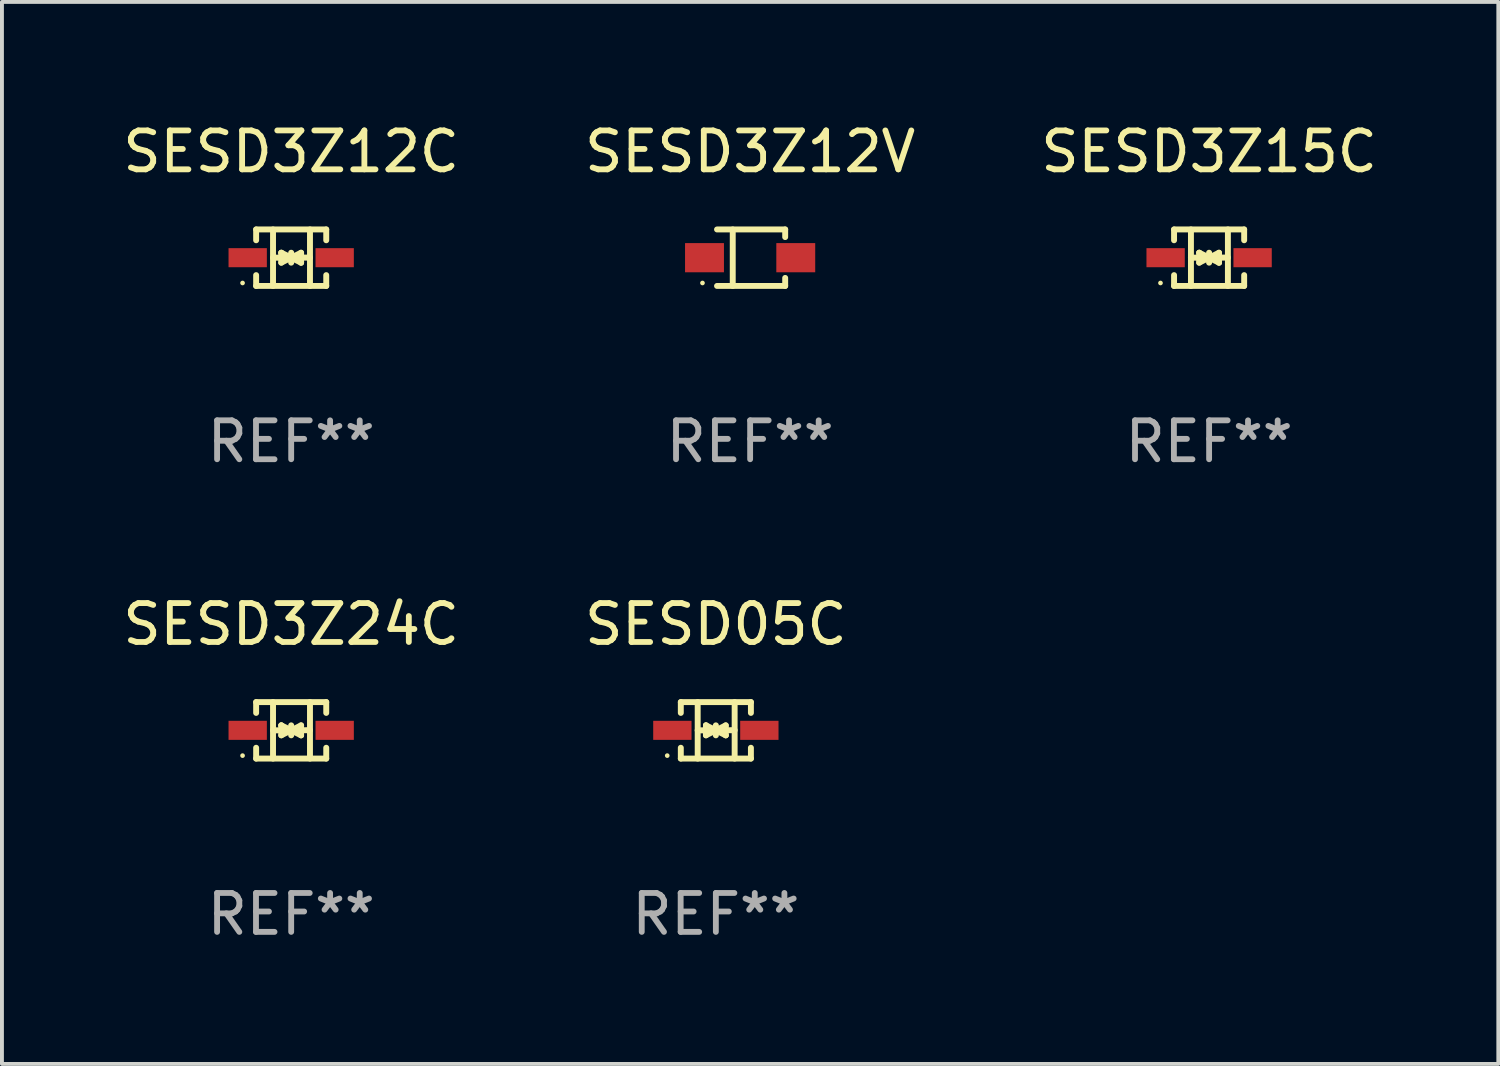
<source format=kicad_pcb>
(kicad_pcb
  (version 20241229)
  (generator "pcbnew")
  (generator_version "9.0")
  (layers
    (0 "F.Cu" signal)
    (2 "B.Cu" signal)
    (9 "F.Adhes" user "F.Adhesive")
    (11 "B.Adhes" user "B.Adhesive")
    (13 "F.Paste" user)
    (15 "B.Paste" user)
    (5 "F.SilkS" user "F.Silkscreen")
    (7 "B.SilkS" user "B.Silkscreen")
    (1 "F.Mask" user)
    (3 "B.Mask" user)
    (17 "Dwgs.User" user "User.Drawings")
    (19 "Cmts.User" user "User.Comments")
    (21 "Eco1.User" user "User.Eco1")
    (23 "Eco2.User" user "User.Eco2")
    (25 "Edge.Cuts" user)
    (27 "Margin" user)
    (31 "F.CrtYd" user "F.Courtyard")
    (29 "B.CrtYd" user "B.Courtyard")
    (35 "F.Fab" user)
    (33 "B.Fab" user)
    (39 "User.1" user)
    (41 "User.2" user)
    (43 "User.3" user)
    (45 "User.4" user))
  (footprint "SESD05C"
    (layer "F.Cu")
    (at 15.351 15.723)
    (property "Reference" "SESD05C" (at 0 -2.726 0) (layer "F.SilkS") (effects (font (size 1 1) (thickness 0.15))))
    (attr through_hole)
    (fp_line (start -0.901 -0.726) (end -0.901 -0.448) (stroke (width 0.152) (type solid)) (layer "F.SilkS"))
    (fp_line (start -0.901 0.726) (end -0.901 0.448) (stroke (width 0.152) (type solid)) (layer "F.SilkS"))
    (fp_line (start -0.467 0) (end 0.483 -0.003) (stroke (width 0.154) (type solid)) (layer "F.SilkS"))
    (fp_line (start -0.467 0.726) (end -0.467 -0.726) (stroke (width 0.152) (type solid)) (layer "F.SilkS"))
    (fp_line (start -0.254 -0.127) (end -0.254 -0.127) (stroke (width 0.154) (type solid)) (layer "F.SilkS"))
    (fp_line (start -0.254 -0.127) (end -0.002 -0.003) (stroke (width 0.154) (type solid)) (layer "F.SilkS"))
    (fp_line (start -0.254 0.127) (end -0.254 -0.127) (stroke (width 0.154) (type solid)) (layer "F.SilkS"))
    (fp_line (start -0.127 0) (end 0.003 0) (stroke (width 0.154) (type solid)) (layer "F.SilkS"))
    (fp_line (start -0.003 0) (end -0.254 0.127) (stroke (width 0.154) (type solid)) (layer "F.SilkS"))
    (fp_line (start 0 -0.127) (end 0 0.127) (stroke (width 0.154) (type solid)) (layer "F.SilkS"))
    (fp_line (start 0.003 0) (end 0.254 -0.127) (stroke (width 0.154) (type solid)) (layer "F.SilkS"))
    (fp_line (start 0.127 0) (end -0.003 0) (stroke (width 0.154) (type solid)) (layer "F.SilkS"))
    (fp_line (start 0.254 -0.127) (end 0.254 0.127) (stroke (width 0.154) (type solid)) (layer "F.SilkS"))
    (fp_line (start 0.254 0.127) (end 0.002 0.003) (stroke (width 0.154) (type solid)) (layer "F.SilkS"))
    (fp_line (start 0.254 0.127) (end 0.254 0.127) (stroke (width 0.154) (type solid)) (layer "F.SilkS"))
    (fp_line (start 0.483 0.726) (end 0.483 -0.726) (stroke (width 0.152) (type solid)) (layer "F.SilkS"))
    (fp_line (start 0.901 -0.726) (end -0.901 -0.726) (stroke (width 0.152) (type solid)) (layer "F.SilkS"))
    (fp_line (start 0.901 -0.726) (end 0.901 -0.448) (stroke (width 0.152) (type solid)) (layer "F.SilkS"))
    (fp_line (start 0.901 0.726) (end -0.901 0.726) (stroke (width 0.152) (type solid)) (layer "F.SilkS"))
    (fp_line (start 0.901 0.726) (end 0.901 0.448) (stroke (width 0.152) (type solid)) (layer "F.SilkS"))
    (fp_circle (center -1.25 0.65) (end -1.22 0.65) (stroke (width 0.06) (type solid)) (fill no) (layer "F.SilkS"))
    (fp_text user "REF**" (at 0 4.726 0) (layer "F.Fab") (effects (font (size 1 1) (thickness 0.15))))
    (pad "1" smd rect (at -1.118 0) (size 0.985 0.49) (layers "F.Cu" "F.Mask" "F.Paste"))
    (pad "2" smd rect (at 1.118 0) (size 0.985 0.49) (layers "F.Cu" "F.Mask" "F.Paste")))
  (footprint "SESD3Z15C"
    (layer "F.Cu")
    (at 28.03 3.574)
    (property "Reference" "SESD3Z15C" (at 0 -2.726 0) (layer "F.SilkS") (effects (font (size 1 1) (thickness 0.15))))
    (attr through_hole)
    (fp_line (start -0.901 -0.726) (end -0.901 -0.448) (stroke (width 0.152) (type solid)) (layer "F.SilkS"))
    (fp_line (start -0.901 0.726) (end -0.901 0.448) (stroke (width 0.152) (type solid)) (layer "F.SilkS"))
    (fp_line (start -0.467 0) (end 0.483 -0.003) (stroke (width 0.154) (type solid)) (layer "F.SilkS"))
    (fp_line (start -0.467 0.726) (end -0.467 -0.726) (stroke (width 0.152) (type solid)) (layer "F.SilkS"))
    (fp_line (start -0.254 -0.127) (end -0.254 -0.127) (stroke (width 0.154) (type solid)) (layer "F.SilkS"))
    (fp_line (start -0.254 -0.127) (end -0.002 -0.003) (stroke (width 0.154) (type solid)) (layer "F.SilkS"))
    (fp_line (start -0.254 0.127) (end -0.254 -0.127) (stroke (width 0.154) (type solid)) (layer "F.SilkS"))
    (fp_line (start -0.127 0) (end 0.003 0) (stroke (width 0.154) (type solid)) (layer "F.SilkS"))
    (fp_line (start -0.003 0) (end -0.254 0.127) (stroke (width 0.154) (type solid)) (layer "F.SilkS"))
    (fp_line (start 0 -0.127) (end 0 0.127) (stroke (width 0.154) (type solid)) (layer "F.SilkS"))
    (fp_line (start 0.003 0) (end 0.254 -0.127) (stroke (width 0.154) (type solid)) (layer "F.SilkS"))
    (fp_line (start 0.127 0) (end -0.003 0) (stroke (width 0.154) (type solid)) (layer "F.SilkS"))
    (fp_line (start 0.254 -0.127) (end 0.254 0.127) (stroke (width 0.154) (type solid)) (layer "F.SilkS"))
    (fp_line (start 0.254 0.127) (end 0.002 0.003) (stroke (width 0.154) (type solid)) (layer "F.SilkS"))
    (fp_line (start 0.254 0.127) (end 0.254 0.127) (stroke (width 0.154) (type solid)) (layer "F.SilkS"))
    (fp_line (start 0.483 0.726) (end 0.483 -0.726) (stroke (width 0.152) (type solid)) (layer "F.SilkS"))
    (fp_line (start 0.901 -0.726) (end -0.901 -0.726) (stroke (width 0.152) (type solid)) (layer "F.SilkS"))
    (fp_line (start 0.901 -0.726) (end 0.901 -0.448) (stroke (width 0.152) (type solid)) (layer "F.SilkS"))
    (fp_line (start 0.901 0.726) (end -0.901 0.726) (stroke (width 0.152) (type solid)) (layer "F.SilkS"))
    (fp_line (start 0.901 0.726) (end 0.901 0.448) (stroke (width 0.152) (type solid)) (layer "F.SilkS"))
    (fp_circle (center -1.25 0.65) (end -1.22 0.65) (stroke (width 0.06) (type solid)) (fill no) (layer "F.SilkS"))
    (fp_text user "REF**" (at 0 4.726 0) (layer "F.Fab") (effects (font (size 1 1) (thickness 0.15))))
    (pad "1" smd rect (at -1.118 0) (size 0.985 0.49) (layers "F.Cu" "F.Mask" "F.Paste"))
    (pad "2" smd rect (at 1.118 0) (size 0.985 0.49) (layers "F.Cu" "F.Mask" "F.Paste")))
  (footprint "SESD3Z12V"
    (layer "F.Cu")
    (at 16.232 3.574)
    (property "Reference" "SESD3Z12V" (at 0 -2.726 0) (layer "F.SilkS") (effects (font (size 1 1) (thickness 0.15))))
    (attr through_hole)
    (fp_line (start -0.851 -0.726) (end 0.901 -0.726) (stroke (width 0.152) (type solid)) (layer "F.SilkS"))
    (fp_line (start -0.851 0.726) (end 0.901 0.726) (stroke (width 0.152) (type solid)) (layer "F.SilkS"))
    (fp_line (start -0.447 -0.726) (end -0.447 0.726) (stroke (width 0.152) (type solid)) (layer "F.SilkS"))
    (fp_line (start 0.901 -0.726) (end 0.901 -0.53) (stroke (width 0.152) (type solid)) (layer "F.SilkS"))
    (fp_line (start 0.901 0.726) (end 0.901 0.52) (stroke (width 0.152) (type solid)) (layer "F.SilkS"))
    (fp_circle (center -1.225 0.65) (end -1.195 0.65) (stroke (width 0.06) (type solid)) (fill no) (layer "F.SilkS"))
    (fp_text user "REF**" (at 0 4.726 0) (layer "F.Fab") (effects (font (size 1 1) (thickness 0.15))))
    (pad "1" smd rect (at -1.173 0) (size 1 0.75) (layers "F.Cu" "F.Mask" "F.Paste"))
    (pad "2" smd rect (at 1.173 0) (size 1 0.75) (layers "F.Cu" "F.Mask" "F.Paste")))
  (footprint "SESD3Z12C"
    (layer "F.Cu")
    (at 4.435 3.574)
    (property "Reference" "SESD3Z12C" (at 0 -2.726 0) (layer "F.SilkS") (effects (font (size 1 1) (thickness 0.15))))
    (attr through_hole)
    (fp_line (start -0.901 -0.726) (end -0.901 -0.448) (stroke (width 0.152) (type solid)) (layer "F.SilkS"))
    (fp_line (start -0.901 0.726) (end -0.901 0.448) (stroke (width 0.152) (type solid)) (layer "F.SilkS"))
    (fp_line (start -0.467 0) (end 0.483 -0.003) (stroke (width 0.154) (type solid)) (layer "F.SilkS"))
    (fp_line (start -0.467 0.726) (end -0.467 -0.726) (stroke (width 0.152) (type solid)) (layer "F.SilkS"))
    (fp_line (start -0.254 -0.127) (end -0.254 -0.127) (stroke (width 0.154) (type solid)) (layer "F.SilkS"))
    (fp_line (start -0.254 -0.127) (end -0.002 -0.003) (stroke (width 0.154) (type solid)) (layer "F.SilkS"))
    (fp_line (start -0.254 0.127) (end -0.254 -0.127) (stroke (width 0.154) (type solid)) (layer "F.SilkS"))
    (fp_line (start -0.127 0) (end 0.003 0) (stroke (width 0.154) (type solid)) (layer "F.SilkS"))
    (fp_line (start -0.003 0) (end -0.254 0.127) (stroke (width 0.154) (type solid)) (layer "F.SilkS"))
    (fp_line (start 0 -0.127) (end 0 0.127) (stroke (width 0.154) (type solid)) (layer "F.SilkS"))
    (fp_line (start 0.003 0) (end 0.254 -0.127) (stroke (width 0.154) (type solid)) (layer "F.SilkS"))
    (fp_line (start 0.127 0) (end -0.003 0) (stroke (width 0.154) (type solid)) (layer "F.SilkS"))
    (fp_line (start 0.254 -0.127) (end 0.254 0.127) (stroke (width 0.154) (type solid)) (layer "F.SilkS"))
    (fp_line (start 0.254 0.127) (end 0.002 0.003) (stroke (width 0.154) (type solid)) (layer "F.SilkS"))
    (fp_line (start 0.254 0.127) (end 0.254 0.127) (stroke (width 0.154) (type solid)) (layer "F.SilkS"))
    (fp_line (start 0.483 0.726) (end 0.483 -0.726) (stroke (width 0.152) (type solid)) (layer "F.SilkS"))
    (fp_line (start 0.901 -0.726) (end -0.901 -0.726) (stroke (width 0.152) (type solid)) (layer "F.SilkS"))
    (fp_line (start 0.901 -0.726) (end 0.901 -0.448) (stroke (width 0.152) (type solid)) (layer "F.SilkS"))
    (fp_line (start 0.901 0.726) (end -0.901 0.726) (stroke (width 0.152) (type solid)) (layer "F.SilkS"))
    (fp_line (start 0.901 0.726) (end 0.901 0.448) (stroke (width 0.152) (type solid)) (layer "F.SilkS"))
    (fp_circle (center -1.25 0.65) (end -1.22 0.65) (stroke (width 0.06) (type solid)) (fill no) (layer "F.SilkS"))
    (fp_text user "REF**" (at 0 4.726 0) (layer "F.Fab") (effects (font (size 1 1) (thickness 0.15))))
    (pad "1" smd rect (at -1.118 0) (size 0.985 0.49) (layers "F.Cu" "F.Mask" "F.Paste"))
    (pad "2" smd rect (at 1.118 0) (size 0.985 0.49) (layers "F.Cu" "F.Mask" "F.Paste")))
  (footprint "SESD3Z24C"
    (layer "F.Cu")
    (at 4.435 15.723)
    (property "Reference" "SESD3Z24C" (at 0 -2.726 0) (layer "F.SilkS") (effects (font (size 1 1) (thickness 0.15))))
    (attr through_hole)
    (fp_line (start -0.901 -0.726) (end -0.901 -0.448) (stroke (width 0.152) (type solid)) (layer "F.SilkS"))
    (fp_line (start -0.901 0.726) (end -0.901 0.448) (stroke (width 0.152) (type solid)) (layer "F.SilkS"))
    (fp_line (start -0.467 0) (end 0.483 -0.003) (stroke (width 0.154) (type solid)) (layer "F.SilkS"))
    (fp_line (start -0.467 0.726) (end -0.467 -0.726) (stroke (width 0.152) (type solid)) (layer "F.SilkS"))
    (fp_line (start -0.254 -0.127) (end -0.254 -0.127) (stroke (width 0.154) (type solid)) (layer "F.SilkS"))
    (fp_line (start -0.254 -0.127) (end -0.002 -0.003) (stroke (width 0.154) (type solid)) (layer "F.SilkS"))
    (fp_line (start -0.254 0.127) (end -0.254 -0.127) (stroke (width 0.154) (type solid)) (layer "F.SilkS"))
    (fp_line (start -0.127 0) (end 0.003 0) (stroke (width 0.154) (type solid)) (layer "F.SilkS"))
    (fp_line (start -0.003 0) (end -0.254 0.127) (stroke (width 0.154) (type solid)) (layer "F.SilkS"))
    (fp_line (start 0 -0.127) (end 0 0.127) (stroke (width 0.154) (type solid)) (layer "F.SilkS"))
    (fp_line (start 0.003 0) (end 0.254 -0.127) (stroke (width 0.154) (type solid)) (layer "F.SilkS"))
    (fp_line (start 0.127 0) (end -0.003 0) (stroke (width 0.154) (type solid)) (layer "F.SilkS"))
    (fp_line (start 0.254 -0.127) (end 0.254 0.127) (stroke (width 0.154) (type solid)) (layer "F.SilkS"))
    (fp_line (start 0.254 0.127) (end 0.002 0.003) (stroke (width 0.154) (type solid)) (layer "F.SilkS"))
    (fp_line (start 0.254 0.127) (end 0.254 0.127) (stroke (width 0.154) (type solid)) (layer "F.SilkS"))
    (fp_line (start 0.483 0.726) (end 0.483 -0.726) (stroke (width 0.152) (type solid)) (layer "F.SilkS"))
    (fp_line (start 0.901 -0.726) (end -0.901 -0.726) (stroke (width 0.152) (type solid)) (layer "F.SilkS"))
    (fp_line (start 0.901 -0.726) (end 0.901 -0.448) (stroke (width 0.152) (type solid)) (layer "F.SilkS"))
    (fp_line (start 0.901 0.726) (end -0.901 0.726) (stroke (width 0.152) (type solid)) (layer "F.SilkS"))
    (fp_line (start 0.901 0.726) (end 0.901 0.448) (stroke (width 0.152) (type solid)) (layer "F.SilkS"))
    (fp_circle (center -1.25 0.65) (end -1.22 0.65) (stroke (width 0.06) (type solid)) (fill no) (layer "F.SilkS"))
    (fp_text user "REF**" (at 0 4.726 0) (layer "F.Fab") (effects (font (size 1 1) (thickness 0.15))))
    (pad "1" smd rect (at -1.118 0) (size 0.985 0.49) (layers "F.Cu" "F.Mask" "F.Paste"))
    (pad "2" smd rect (at 1.118 0) (size 0.985 0.49) (layers "F.Cu" "F.Mask" "F.Paste")))
  (gr_rect
    (start -3 -3)
    (end 35.464 24.298)
    (stroke (width 0.1) (type default))
    (fill no)
    (layer "Edge.Cuts")))
</source>
